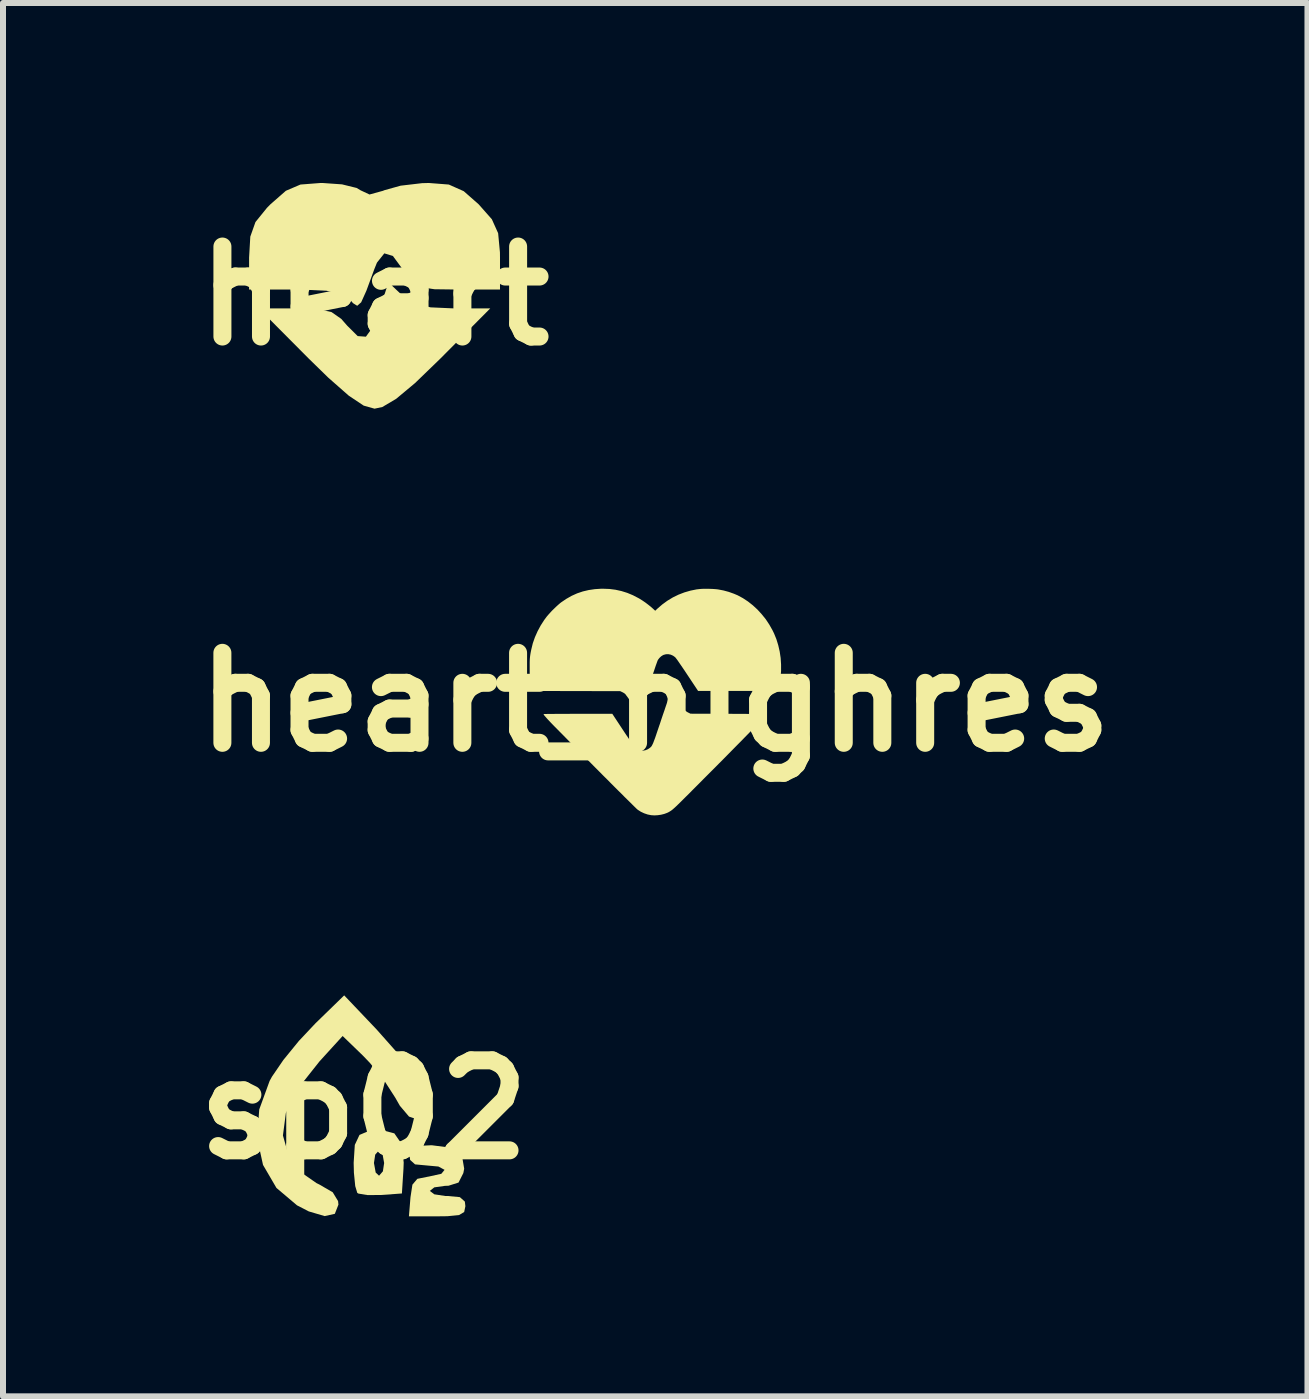
<source format=kicad_pcb>
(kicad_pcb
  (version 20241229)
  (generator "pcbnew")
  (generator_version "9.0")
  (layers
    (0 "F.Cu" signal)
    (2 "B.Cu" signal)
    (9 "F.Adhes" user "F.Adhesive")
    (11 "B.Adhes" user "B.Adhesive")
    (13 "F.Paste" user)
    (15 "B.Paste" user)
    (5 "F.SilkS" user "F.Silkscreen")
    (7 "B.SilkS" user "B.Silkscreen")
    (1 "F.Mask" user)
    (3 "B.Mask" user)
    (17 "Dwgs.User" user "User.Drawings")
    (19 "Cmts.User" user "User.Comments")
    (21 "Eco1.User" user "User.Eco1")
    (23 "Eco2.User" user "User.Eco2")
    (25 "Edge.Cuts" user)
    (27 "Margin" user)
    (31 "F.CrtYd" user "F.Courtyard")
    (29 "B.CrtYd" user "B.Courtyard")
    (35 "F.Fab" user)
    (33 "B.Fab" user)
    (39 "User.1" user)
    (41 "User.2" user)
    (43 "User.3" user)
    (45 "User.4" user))
  (footprint "heart"
    (layer "F.Cu")
    (at 3.193 1.881)
    (property "Reference" "heart" (at 0 0 0) (layer "F.SilkS") (effects (font (size 1.5 1.5) (thickness 0.3))))
    (attr board_only exclude_from_pos_files exclude_from_bom)
    (fp_poly (pts (xy 0.462 -0.008) (xy 0.66 0.126) (xy 0.933 0.192) (xy 1.311 0.209) (xy 1.929 0.209) (xy 1.098 1.045) (xy 0.675 1.454) (xy 0.36 1.717) (xy 0.13 1.853) (xy 0 1.881) (xy -0.181 1.83) (xy -0.43 1.664) (xy -0.77 1.365) (xy -1.098 1.045) (xy -1.929 0.209) (xy -1.308 0.209) (xy -0.944 0.22) (xy -0.717 0.271) (xy -0.555 0.384) (xy -0.456 0.497) (xy -0.281 0.671) (xy -0.144 0.681) (xy -0.022 0.512) (xy 0.103 0.175) (xy 0.231 -0.225)) (stroke (width 0) (type solid)) (fill yes) (layer "F.SilkS"))
    (fp_poly (pts (xy 1.238 -1.855) (xy 1.487 -1.744) (xy 1.735 -1.526) (xy 1.955 -1.277) (xy 2.06 -1.044) (xy 2.09 -0.725) (xy 2.091 -0.638) (xy 2.091 -0.105) (xy 1.381 -0.105) (xy 1.001 -0.11) (xy 0.77 -0.142) (xy 0.629 -0.219) (xy 0.52 -0.364) (xy 0.487 -0.418) (xy 0.306 -0.664) (xy 0.163 -0.708) (xy 0.04 -0.553) (xy -0.004 -0.444) (xy -0.136 -0.085) (xy -0.223 0.108) (xy -0.289 0.166) (xy -0.359 0.122) (xy -0.409 0.064) (xy -0.549 -0.031) (xy -0.802 -0.085) (xy -1.21 -0.104) (xy -1.319 -0.105) (xy -2.091 -0.105) (xy -2.091 -0.638) (xy -2.071 -0.987) (xy -1.985 -1.23) (xy -1.793 -1.467) (xy -1.735 -1.526) (xy -1.478 -1.751) (xy -1.235 -1.855) (xy -0.9 -1.881) (xy -0.868 -1.881) (xy -0.542 -1.858) (xy -0.298 -1.798) (xy -0.233 -1.759) (xy -0.084 -1.689) (xy 0.142 -1.751) (xy 0.159 -1.759) (xy 0.434 -1.836) (xy 0.792 -1.878) (xy 0.904 -1.881)) (stroke (width 0) (type solid)) (fill yes) (layer "F.SilkS")))
  (footprint "sp02"
    (layer "F.Cu")
    (at 3.014 15.446)
    (property "Reference" "sp02" (at 0 0 0) (layer "F.SilkS") (effects (font (size 1.5 1.5) (thickness 0.3))))
    (attr board_only exclude_from_pos_files exclude_from_bom)
    (fp_poly (pts (xy 0.509 0.395) (xy 0.631 0.572) (xy 0.665 0.882) (xy 0.661 0.988) (xy 0.635 1.397) (xy 0.293 1.422) (xy 0.063 1.424) (xy -0.089 1.399) (xy -0.109 1.387) (xy -0.143 1.274) (xy -0.165 1.051) (xy -0.169 0.889) (xy 0.169 0.889) (xy 0.198 1.048) (xy 0.254 1.101) (xy 0.318 1.028) (xy 0.339 0.889) (xy 0.31 0.73) (xy 0.254 0.677) (xy 0.19 0.75) (xy 0.169 0.889) (xy -0.169 0.889) (xy -0.169 0.884) (xy -0.15 0.587) (xy -0.072 0.421) (xy 0.095 0.35) (xy 0.293 0.339)) (stroke (width 0) (type solid)) (fill yes) (layer "F.SilkS"))
    (fp_poly (pts (xy 1.457 0.636) (xy 1.636 0.766) (xy 1.673 0.984) (xy 1.659 1.057) (xy 1.579 1.215) (xy 1.412 1.268) (xy 1.353 1.27) (xy 1.175 1.295) (xy 1.101 1.354) (xy 1.101 1.355) (xy 1.175 1.411) (xy 1.358 1.439) (xy 1.397 1.439) (xy 1.601 1.458) (xy 1.684 1.532) (xy 1.693 1.609) (xy 1.673 1.706) (xy 1.587 1.757) (xy 1.394 1.776) (xy 1.223 1.778) (xy 0.752 1.778) (xy 0.778 1.46) (xy 0.81 1.25) (xy 0.892 1.153) (xy 1.071 1.117) (xy 1.079 1.116) (xy 1.292 1.069) (xy 1.346 1.003) (xy 1.244 0.948) (xy 1.058 0.931) (xy 0.854 0.912) (xy 0.772 0.838) (xy 0.762 0.762) (xy 0.788 0.655) (xy 0.894 0.605) (xy 1.124 0.593) (xy 1.133 0.593)) (stroke (width 0) (type solid)) (fill yes) (layer "F.SilkS"))
    (fp_poly (pts (xy 0.214 -1.336) (xy 0.573 -0.931) (xy 0.842 -0.567) (xy 1.016 -0.261) (xy 1.086 -0.025) (xy 1.047 0.123) (xy 0.91 0.169) (xy 0.753 0.115) (xy 0.601 -0.065) (xy 0.524 -0.2) (xy 0.341 -0.484) (xy 0.101 -0.78) (xy -0.012 -0.898) (xy -0.353 -1.228) (xy -0.739 -0.804) (xy -1.097 -0.352) (xy -1.299 0.055) (xy -1.348 0.43) (xy -1.248 0.784) (xy -1.208 0.857) (xy -1.031 1.056) (xy -0.787 1.225) (xy -0.742 1.247) (xy -0.518 1.377) (xy -0.429 1.524) (xy -0.423 1.583) (xy -0.483 1.736) (xy -0.652 1.774) (xy -0.917 1.696) (xy -1.113 1.595) (xy -1.456 1.305) (xy -1.68 0.921) (xy -1.778 0.474) (xy -1.743 -0.003) (xy -1.57 -0.479) (xy -1.531 -0.55) (xy -1.341 -0.828) (xy -1.081 -1.147) (xy -0.806 -1.439) (xy -0.327 -1.905)) (stroke (width 0) (type solid)) (fill yes) (layer "F.SilkS")))
  (footprint "heart_highres"
    (layer "F.Cu")
    (at 7.871 8.653)
    (property "Reference" "heart_highres" (at 0 0 0) (layer "F.SilkS") (effects (font (size 1.5 1.5) (thickness 0.3))))
    (attr board_only exclude_from_pos_files exclude_from_bom)
    (fp_poly (pts (xy -0.763 -1.886) (xy -0.661 -1.873) (xy -0.562 -1.851) (xy -0.466 -1.821) (xy -0.37 -1.781) (xy -0.276 -1.732) (xy -0.255 -1.72) (xy -0.211 -1.692) (xy -0.164 -1.66) (xy -0.118 -1.625) (xy -0.075 -1.591) (xy -0.04 -1.56) (xy 0.000238 -1.523) (xy 0.038 -1.559) (xy 0.118 -1.628) (xy 0.203 -1.69) (xy 0.294 -1.745) (xy 0.388 -1.791) (xy 0.487 -1.829) (xy 0.587 -1.858) (xy 0.69 -1.879) (xy 0.744 -1.885) (xy 0.779 -1.888) (xy 0.822 -1.889) (xy 0.869 -1.889) (xy 0.917 -1.888) (xy 0.964 -1.886) (xy 1.007 -1.883) (xy 1.044 -1.879) (xy 1.05 -1.878) (xy 1.139 -1.861) (xy 1.227 -1.837) (xy 1.311 -1.807) (xy 1.375 -1.78) (xy 1.462 -1.733) (xy 1.547 -1.677) (xy 1.628 -1.613) (xy 1.705 -1.542) (xy 1.776 -1.464) (xy 1.843 -1.381) (xy 1.902 -1.292) (xy 1.955 -1.198) (xy 1.981 -1.145) (xy 2.02 -1.049) (xy 2.051 -0.948) (xy 2.075 -0.843) (xy 2.091 -0.736) (xy 2.098 -0.627) (xy 2.098 -0.518) (xy 2.089 -0.409) (xy 2.073 -0.303) (xy 2.06 -0.248) (xy 2.045 -0.186) (xy 1.38 -0.186) (xy 0.715 -0.186) (xy 0.535 -0.457) (xy 0.492 -0.522) (xy 0.454 -0.578) (xy 0.421 -0.626) (xy 0.393 -0.667) (xy 0.371 -0.699) (xy 0.353 -0.723) (xy 0.34 -0.74) (xy 0.332 -0.748) (xy 0.332 -0.749) (xy 0.297 -0.774) (xy 0.259 -0.791) (xy 0.22 -0.799) (xy 0.18 -0.798) (xy 0.141 -0.788) (xy 0.125 -0.78) (xy 0.1 -0.764) (xy 0.075 -0.741) (xy 0.054 -0.716) (xy 0.039 -0.691) (xy 0.036 -0.682) (xy 0.03 -0.665) (xy 0.021 -0.64) (xy 0.009 -0.607) (xy -0.004 -0.568) (xy -0.019 -0.523) (xy -0.036 -0.474) (xy -0.055 -0.42) (xy -0.074 -0.362) (xy -0.094 -0.301) (xy -0.115 -0.238) (xy -0.117 -0.232) (xy -0.138 -0.17) (xy -0.158 -0.11) (xy -0.177 -0.054) (xy -0.194 -0.001) (xy -0.21 0.047) (xy -0.225 0.089) (xy -0.237 0.126) (xy -0.247 0.156) (xy -0.255 0.179) (xy -0.261 0.194) (xy -0.263 0.201) (xy -0.263 0.201) (xy -0.266 0.198) (xy -0.274 0.187) (xy -0.287 0.17) (xy -0.303 0.148) (xy -0.322 0.12) (xy -0.343 0.089) (xy -0.366 0.054) (xy -0.375 0.041) (xy -0.4 0.005) (xy -0.423 -0.03) (xy -0.445 -0.061) (xy -0.464 -0.088) (xy -0.481 -0.11) (xy -0.493 -0.127) (xy -0.501 -0.136) (xy -0.502 -0.137) (xy -0.516 -0.148) (xy -0.534 -0.159) (xy -0.552 -0.168) (xy -0.584 -0.183) (xy -1.314 -0.184) (xy -2.045 -0.186) (xy -2.06 -0.248) (xy -2.069 -0.285) (xy -2.076 -0.318) (xy -2.082 -0.35) (xy -2.086 -0.381) (xy -2.089 -0.414) (xy -2.091 -0.45) (xy -2.092 -0.492) (xy -2.092 -0.54) (xy -2.092 -0.571) (xy -2.092 -0.621) (xy -2.092 -0.663) (xy -2.091 -0.698) (xy -2.089 -0.73) (xy -2.086 -0.76) (xy -2.082 -0.789) (xy -2.077 -0.82) (xy -2.07 -0.855) (xy -2.065 -0.879) (xy -2.04 -0.981) (xy -2.005 -1.081) (xy -1.961 -1.18) (xy -1.909 -1.277) (xy -1.85 -1.369) (xy -1.806 -1.428) (xy -1.782 -1.456) (xy -1.753 -1.488) (xy -1.721 -1.523) (xy -1.686 -1.557) (xy -1.652 -1.59) (xy -1.619 -1.62) (xy -1.589 -1.646) (xy -1.569 -1.662) (xy -1.482 -1.721) (xy -1.392 -1.772) (xy -1.301 -1.813) (xy -1.206 -1.845) (xy -1.108 -1.868) (xy -1.006 -1.883) (xy -0.9 -1.89) (xy -0.869 -1.89)) (stroke (width 0) (type solid)) (fill yes) (layer "F.SilkS"))
    (fp_poly (pts (xy 0.271 -0.186) (xy 0.279 -0.175) (xy 0.292 -0.158) (xy 0.307 -0.134) (xy 0.326 -0.107) (xy 0.347 -0.075) (xy 0.37 -0.041) (xy 0.373 -0.036) (xy 0.403 0.008) (xy 0.429 0.047) (xy 0.453 0.08) (xy 0.472 0.106) (xy 0.487 0.126) (xy 0.498 0.138) (xy 0.499 0.14) (xy 0.517 0.154) (xy 0.538 0.168) (xy 0.556 0.177) (xy 0.588 0.193) (xy 1.225 0.195) (xy 1.862 0.198) (xy 1.816 0.254) (xy 1.809 0.263) (xy 1.794 0.278) (xy 1.774 0.299) (xy 1.748 0.326) (xy 1.717 0.359) (xy 1.68 0.396) (xy 1.639 0.438) (xy 1.594 0.484) (xy 1.545 0.534) (xy 1.493 0.587) (xy 1.438 0.644) (xy 1.38 0.702) (xy 1.32 0.763) (xy 1.258 0.826) (xy 1.194 0.891) (xy 1.13 0.956) (xy 1.064 1.022) (xy 0.999 1.088) (xy 0.933 1.154) (xy 0.868 1.219) (xy 0.804 1.283) (xy 0.742 1.346) (xy 0.68 1.408) (xy 0.621 1.467) (xy 0.565 1.524) (xy 0.511 1.577) (xy 0.46 1.628) (xy 0.424 1.664) (xy 0.386 1.701) (xy 0.353 1.733) (xy 0.325 1.759) (xy 0.301 1.78) (xy 0.28 1.798) (xy 0.26 1.812) (xy 0.241 1.824) (xy 0.222 1.835) (xy 0.201 1.845) (xy 0.196 1.847) (xy 0.15 1.864) (xy 0.097 1.877) (xy 0.042 1.885) (xy -0.012 1.888) (xy -0.063 1.885) (xy -0.066 1.885) (xy -0.126 1.873) (xy -0.185 1.853) (xy -0.24 1.827) (xy -0.29 1.795) (xy -0.293 1.793) (xy -0.299 1.787) (xy -0.313 1.775) (xy -0.332 1.756) (xy -0.357 1.732) (xy -0.388 1.701) (xy -0.423 1.666) (xy -0.464 1.626) (xy -0.51 1.581) (xy -0.559 1.531) (xy -0.613 1.478) (xy -0.67 1.421) (xy -0.73 1.361) (xy -0.793 1.297) (xy -0.859 1.232) (xy -0.927 1.163) (xy -0.997 1.093) (xy -1.067 1.022) (xy -1.155 0.934) (xy -1.237 0.852) (xy -1.312 0.776) (xy -1.381 0.707) (xy -1.444 0.643) (xy -1.501 0.585) (xy -1.553 0.532) (xy -1.6 0.485) (xy -1.642 0.442) (xy -1.68 0.404) (xy -1.713 0.37) (xy -1.742 0.34) (xy -1.767 0.313) (xy -1.788 0.291) (xy -1.806 0.271) (xy -1.821 0.254) (xy -1.833 0.24) (xy -1.843 0.229) (xy -1.85 0.22) (xy -1.855 0.212) (xy -1.859 0.207) (xy -1.86 0.202) (xy -1.861 0.199) (xy -1.856 0.199) (xy -1.842 0.198) (xy -1.819 0.198) (xy -1.789 0.197) (xy -1.751 0.197) (xy -1.707 0.197) (xy -1.656 0.196) (xy -1.6 0.196) (xy -1.538 0.196) (xy -1.473 0.196) (xy -1.404 0.195) (xy -1.331 0.195) (xy -1.288 0.195) (xy -0.715 0.195) (xy -0.537 0.465) (xy -0.506 0.512) (xy -0.476 0.557) (xy -0.447 0.599) (xy -0.421 0.638) (xy -0.398 0.672) (xy -0.377 0.702) (xy -0.36 0.726) (xy -0.348 0.744) (xy -0.34 0.754) (xy -0.338 0.756) (xy -0.322 0.769) (xy -0.302 0.783) (xy -0.285 0.792) (xy -0.246 0.805) (xy -0.207 0.809) (xy -0.167 0.803) (xy -0.128 0.788) (xy -0.099 0.77) (xy -0.089 0.762) (xy -0.081 0.756) (xy -0.073 0.748) (xy -0.065 0.74) (xy -0.058 0.73) (xy -0.051 0.717) (xy -0.043 0.701) (xy -0.034 0.682) (xy -0.025 0.658) (xy -0.014 0.629) (xy -0.001 0.595) (xy 0.013 0.554) (xy 0.029 0.506) (xy 0.048 0.45) (xy 0.07 0.385) (xy 0.076 0.369) (xy 0.104 0.283) (xy 0.13 0.206) (xy 0.154 0.137) (xy 0.174 0.077) (xy 0.192 0.024) (xy 0.208 -0.023) (xy 0.221 -0.062) (xy 0.233 -0.095) (xy 0.242 -0.123) (xy 0.25 -0.145) (xy 0.256 -0.162) (xy 0.261 -0.175) (xy 0.264 -0.183) (xy 0.267 -0.188) (xy 0.268 -0.19) (xy 0.268 -0.19)) (stroke (width 0) (type solid)) (fill yes) (layer "F.SilkS")))
  (gr_rect
    (start -3 -3)
    (end 18.743 20.224)
    (stroke (width 0.1) (type default))
    (fill no)
    (layer "Edge.Cuts")))
</source>
